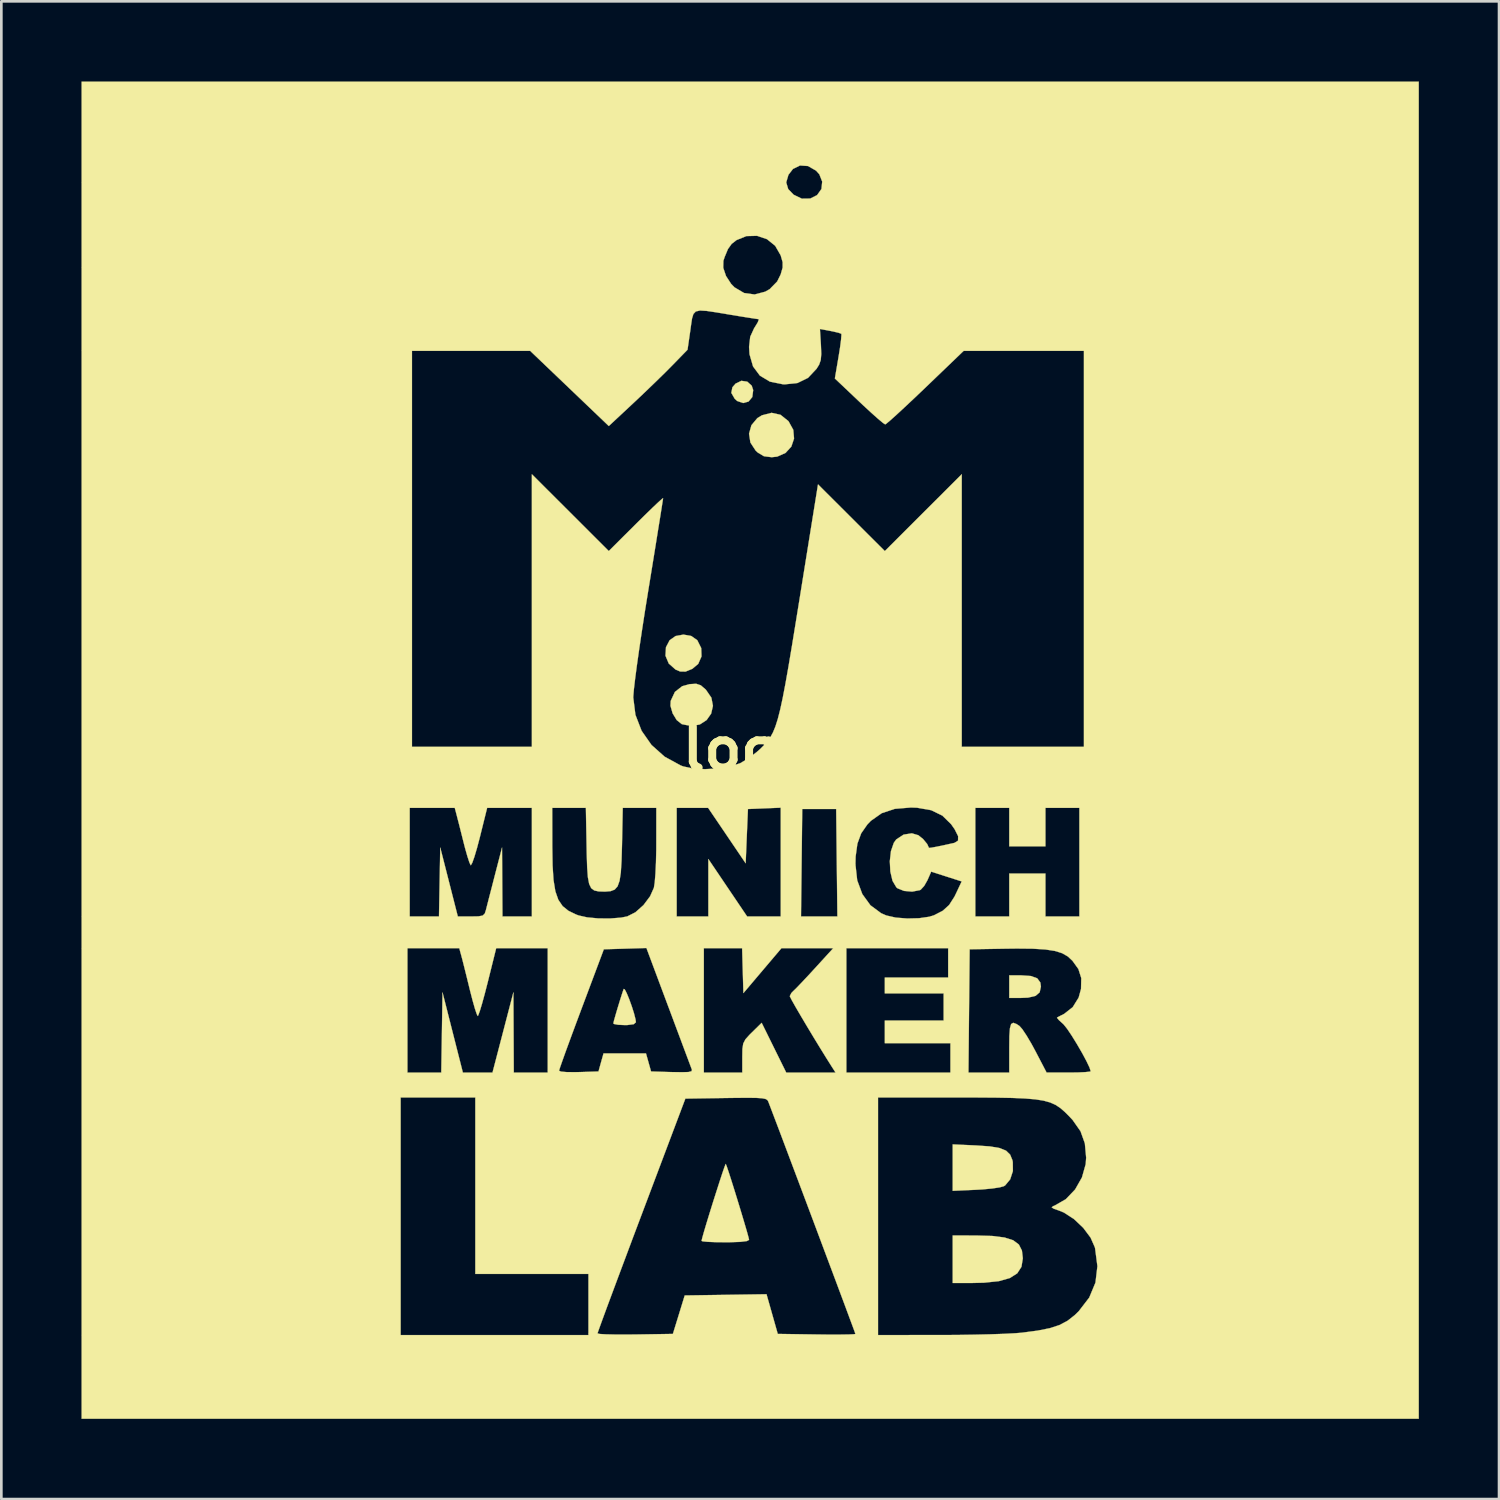
<source format=kicad_pcb>
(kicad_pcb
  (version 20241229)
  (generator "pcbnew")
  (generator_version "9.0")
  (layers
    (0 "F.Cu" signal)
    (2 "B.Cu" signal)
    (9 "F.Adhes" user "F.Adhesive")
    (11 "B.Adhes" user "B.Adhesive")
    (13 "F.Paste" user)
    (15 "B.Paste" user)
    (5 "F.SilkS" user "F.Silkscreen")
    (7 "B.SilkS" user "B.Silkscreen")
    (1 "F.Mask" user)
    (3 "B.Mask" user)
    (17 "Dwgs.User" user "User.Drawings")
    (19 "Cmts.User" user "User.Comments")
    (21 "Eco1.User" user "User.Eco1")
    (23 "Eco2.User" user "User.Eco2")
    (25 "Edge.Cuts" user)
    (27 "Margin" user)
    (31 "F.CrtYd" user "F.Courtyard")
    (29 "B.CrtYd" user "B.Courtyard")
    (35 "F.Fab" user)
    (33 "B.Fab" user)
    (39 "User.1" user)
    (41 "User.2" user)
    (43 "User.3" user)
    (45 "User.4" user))
  (footprint "logo"
    (layer "F.Cu")
    (at 24.982 24.982)
    (property "Reference" "logo" (at 0 0 0) (layer "F.SilkS") (effects (font (size 1.524 1.524) (thickness 0.3))))
    (attr through_hole)
    (fp_poly (pts (xy 10.546 8.493) (xy 10.784 8.579) (xy 10.901 8.737) (xy 10.922 8.89) (xy 10.875 9.103) (xy 10.721 9.236) (xy 10.44 9.302) (xy 10.166 9.313) (xy 9.737 9.313) (xy 9.737 8.467) (xy 10.166 8.467) (xy 10.546 8.493)) (stroke (width 0.01) (type solid)) (fill yes) (layer "F.SilkS"))
    (fp_poly (pts (xy -0.067 -13.749) (xy 0.099 -13.599) (xy 0.154 -13.434) (xy 0.121 -13.174) (xy -0.019 -13.005) (xy -0.222 -12.949) (xy -0.444 -13.026) (xy -0.537 -13.109) (xy -0.664 -13.33) (xy -0.624 -13.538) (xy -0.505 -13.676) (xy -0.287 -13.781) (xy -0.067 -13.749)) (stroke (width 0.01) (type solid)) (fill yes) (layer "F.SilkS"))
    (fp_poly (pts (xy -2.163 -4.231) (xy -1.938 -4.074) (xy -1.79 -3.778) (xy -1.78 -3.467) (xy -1.902 -3.189) (xy -2.123 -3.003) (xy -2.377 -2.899) (xy -2.581 -2.903) (xy -2.752 -2.976) (xy -3.005 -3.2) (xy -3.128 -3.493) (xy -3.11 -3.811) (xy -2.972 -4.074) (xy -2.747 -4.231) (xy -2.455 -4.284) (xy -2.163 -4.231)) (stroke (width 0.01) (type solid)) (fill yes) (layer "F.SilkS"))
    (fp_poly (pts (xy 8.488 18.204) (xy 9.097 18.221) (xy 9.557 18.278) (xy 9.884 18.382) (xy 10.097 18.542) (xy 10.211 18.766) (xy 10.245 19.057) (xy 10.194 19.375) (xy 10.036 19.619) (xy 9.758 19.796) (xy 9.348 19.912) (xy 8.794 19.97) (xy 8.335 19.981) (xy 7.62 19.981) (xy 7.62 18.203) (xy 8.488 18.204)) (stroke (width 0.01) (type solid)) (fill yes) (layer "F.SilkS"))
    (fp_poly (pts (xy 8.502 14.834) (xy 9.009 14.869) (xy 9.372 14.93) (xy 9.618 15.029) (xy 9.77 15.177) (xy 9.855 15.385) (xy 9.869 15.452) (xy 9.873 15.792) (xy 9.771 16.103) (xy 9.586 16.326) (xy 9.535 16.359) (xy 9.376 16.403) (xy 9.095 16.445) (xy 8.735 16.479) (xy 8.488 16.493) (xy 7.62 16.532) (xy 7.62 14.794) (xy 8.502 14.834)) (stroke (width 0.01) (type solid)) (fill yes) (layer "F.SilkS"))
    (fp_poly (pts (xy 1.176 -12.51) (xy 1.472 -12.273) (xy 1.479 -12.264) (xy 1.655 -11.946) (xy 1.683 -11.619) (xy 1.582 -11.32) (xy 1.366 -11.083) (xy 1.053 -10.944) (xy 0.847 -10.922) (xy 0.558 -10.958) (xy 0.331 -11.092) (xy 0.247 -11.169) (xy 0.05 -11.471) (xy -0.001 -11.802) (xy 0.088 -12.12) (xy 0.309 -12.384) (xy 0.481 -12.49) (xy 0.843 -12.583) (xy 1.176 -12.51)) (stroke (width 0.01) (type solid)) (fill yes) (layer "F.SilkS"))
    (fp_poly (pts (xy -4.65 8.997) (xy -4.576 9.141) (xy -4.484 9.365) (xy -4.389 9.628) (xy -4.306 9.89) (xy -4.25 10.11) (xy -4.234 10.223) (xy -4.315 10.296) (xy -4.558 10.328) (xy -4.657 10.329) (xy -4.898 10.318) (xy -5.051 10.289) (xy -5.079 10.266) (xy -5.055 10.161) (xy -4.994 9.945) (xy -4.912 9.667) (xy -4.823 9.377) (xy -4.742 9.123) (xy -4.691 8.975) (xy -4.65 8.997)) (stroke (width 0.01) (type solid)) (fill yes) (layer "F.SilkS"))
    (fp_poly (pts (xy -1.807 -2.386) (xy -1.619 -2.225) (xy -1.613 -2.218) (xy -1.41 -1.922) (xy -1.352 -1.616) (xy -1.419 -1.327) (xy -1.588 -1.086) (xy -1.842 -0.921) (xy -2.158 -0.86) (xy -2.517 -0.933) (xy -2.519 -0.934) (xy -2.709 -1.086) (xy -2.861 -1.338) (xy -2.941 -1.617) (xy -2.933 -1.801) (xy -2.775 -2.139) (xy -2.503 -2.352) (xy -2.226 -2.429) (xy -1.98 -2.444) (xy -1.807 -2.386)) (stroke (width 0.01) (type solid)) (fill yes) (layer "F.SilkS"))
    (fp_poly (pts (xy -0.836 15.615) (xy -0.762 15.834) (xy -0.66 16.151) (xy -0.54 16.533) (xy -0.412 16.948) (xy -0.286 17.362) (xy -0.172 17.744) (xy -0.079 18.061) (xy -0.019 18.28) (xy 0 18.367) (xy -0.083 18.412) (xy -0.326 18.442) (xy -0.721 18.456) (xy -0.889 18.457) (xy -1.254 18.453) (xy -1.546 18.441) (xy -1.731 18.423) (xy -1.778 18.406) (xy -1.754 18.301) (xy -1.69 18.072) (xy -1.595 17.752) (xy -1.478 17.37) (xy -1.35 16.958) (xy -1.219 16.547) (xy -1.097 16.167) (xy -0.993 15.85) (xy -0.915 15.626) (xy -0.875 15.527) (xy -0.872 15.525) (xy -0.836 15.615)) (stroke (width 0.01) (type solid)) (fill yes) (layer "F.SilkS"))
    (fp_poly (pts (xy 25.061 25.061) (xy -24.977 25.061) (xy -24.977 13.039) (xy -13.039 13.039) (xy -13.039 21.929) (xy -6.011 21.929) (xy -6.011 21.867) (xy -5.672 21.867) (xy -5.592 21.888) (xy -5.371 21.903) (xy -5.036 21.911) (xy -4.615 21.913) (xy -4.262 21.91) (xy -2.851 21.886) (xy -2.629 21.167) (xy -2.408 20.447) (xy -0.877 20.424) (xy 0.653 20.401) (xy 1.074 21.886) (xy 2.527 21.909) (xy 3.001 21.915) (xy 3.411 21.914) (xy 3.728 21.909) (xy 3.926 21.899) (xy 3.979 21.887) (xy 3.951 21.805) (xy 3.869 21.582) (xy 3.74 21.235) (xy 3.572 20.782) (xy 3.37 20.241) (xy 3.141 19.628) (xy 2.891 18.962) (xy 2.628 18.259) (xy 2.358 17.538) (xy 2.087 16.816) (xy 1.821 16.109) (xy 1.568 15.437) (xy 1.334 14.815) (xy 1.126 14.262) (xy 0.949 13.796) (xy 0.811 13.432) (xy 0.718 13.19) (xy 0.716 13.185) (xy 0.682 13.131) (xy 0.614 13.093) (xy 0.487 13.068) (xy 0.278 13.054) (xy -0.038 13.05) (xy -0.483 13.053) (xy -0.863 13.058) (xy -2.384 13.081) (xy -4.028 17.441) (xy -4.336 18.258) (xy -4.624 19.028) (xy -4.889 19.735) (xy -5.124 20.366) (xy -5.325 20.906) (xy -5.484 21.339) (xy -5.598 21.653) (xy -5.661 21.831) (xy -5.672 21.867) (xy -6.011 21.867) (xy -6.011 19.643) (xy -10.245 19.643) (xy -10.245 13.039) (xy 4.826 13.039) (xy 4.826 21.929) (xy 7.133 21.928) (xy 7.79 21.925) (xy 8.434 21.915) (xy 9.032 21.901) (xy 9.554 21.883) (xy 9.965 21.861) (xy 10.202 21.842) (xy 10.799 21.763) (xy 11.261 21.671) (xy 11.623 21.552) (xy 11.921 21.393) (xy 12.19 21.181) (xy 12.335 21.04) (xy 12.73 20.527) (xy 12.963 19.966) (xy 13.036 19.352) (xy 12.949 18.684) (xy 12.939 18.643) (xy 12.78 18.283) (xy 12.505 17.916) (xy 12.158 17.588) (xy 11.785 17.346) (xy 11.612 17.275) (xy 11.397 17.199) (xy 11.325 17.151) (xy 11.377 17.107) (xy 11.44 17.082) (xy 11.854 16.845) (xy 12.201 16.482) (xy 12.457 16.032) (xy 12.597 15.536) (xy 12.615 15.292) (xy 12.566 14.755) (xy 12.404 14.302) (xy 12.107 13.879) (xy 11.982 13.745) (xy 11.808 13.572) (xy 11.644 13.43) (xy 11.471 13.316) (xy 11.271 13.226) (xy 11.026 13.158) (xy 10.718 13.109) (xy 10.329 13.076) (xy 9.84 13.055) (xy 9.234 13.044) (xy 8.492 13.039) (xy 7.732 13.039) (xy 4.826 13.039) (xy -10.245 13.039) (xy -13.039 13.039) (xy -24.977 13.039) (xy -24.977 7.451) (xy -12.785 7.451) (xy -12.785 12.107) (xy -11.519 12.107) (xy -11.495 10.606) (xy -11.472 9.104) (xy -11.091 10.606) (xy -10.71 12.107) (xy -10.156 12.107) (xy -9.602 12.107) (xy -9.21 10.604) (xy -8.819 9.102) (xy -8.812 10.604) (xy -8.805 12.107) (xy -7.535 12.107) (xy -7.535 12.039) (xy -7.112 12.039) (xy -7.034 12.07) (xy -6.825 12.089) (xy -6.524 12.093) (xy -6.374 12.089) (xy -5.635 12.065) (xy -5.541 11.726) (xy -5.446 11.388) (xy -3.858 11.388) (xy -3.763 11.726) (xy -3.668 12.065) (xy -2.882 12.089) (xy -2.502 12.096) (xy -2.268 12.086) (xy -2.154 12.057) (xy -2.137 12.005) (xy -2.137 12.005) (xy -2.176 11.9) (xy -2.267 11.657) (xy -2.401 11.299) (xy -2.57 10.846) (xy -2.767 10.32) (xy -2.982 9.743) (xy -3.01 9.67) (xy -3.839 7.451) (xy -1.693 7.451) (xy -1.693 12.107) (xy -0.254 12.107) (xy -0.254 11.532) (xy -0.249 11.222) (xy -0.218 11.02) (xy -0.137 10.864) (xy 0.017 10.692) (xy 0.109 10.601) (xy 0.472 10.245) (xy 0.931 11.176) (xy 1.391 12.107) (xy 3.237 12.107) (xy 3.115 11.917) (xy 2.898 11.573) (xy 2.655 11.18) (xy 2.402 10.765) (xy 2.154 10.353) (xy 1.927 9.97) (xy 1.737 9.644) (xy 1.599 9.399) (xy 1.53 9.263) (xy 1.524 9.246) (xy 1.582 9.13) (xy 1.652 9.058) (xy 1.758 8.956) (xy 1.949 8.757) (xy 2.199 8.491) (xy 2.466 8.201) (xy 3.151 7.451) (xy 3.641 7.451) (xy 3.641 12.107) (xy 7.535 12.107) (xy 8.21 12.107) (xy 9.737 12.107) (xy 9.737 11.176) (xy 9.741 10.737) (xy 9.762 10.449) (xy 9.807 10.291) (xy 9.886 10.244) (xy 10.008 10.289) (xy 10.12 10.363) (xy 10.227 10.485) (xy 10.385 10.721) (xy 10.57 11.034) (xy 10.71 11.293) (xy 11.134 12.105) (xy 11.959 12.106) (xy 12.31 12.102) (xy 12.586 12.089) (xy 12.753 12.071) (xy 12.785 12.057) (xy 12.741 11.918) (xy 12.626 11.677) (xy 12.463 11.373) (xy 12.273 11.045) (xy 12.08 10.732) (xy 11.906 10.473) (xy 11.774 10.307) (xy 11.75 10.284) (xy 11.596 10.144) (xy 11.525 10.058) (xy 11.525 10.048) (xy 11.615 9.999) (xy 11.79 9.91) (xy 11.797 9.906) (xy 12.112 9.658) (xy 12.334 9.3) (xy 12.423 8.976) (xy 12.432 8.57) (xy 12.324 8.231) (xy 12.102 7.923) (xy 11.93 7.762) (xy 11.72 7.641) (xy 11.447 7.555) (xy 11.088 7.5) (xy 10.62 7.471) (xy 10.02 7.465) (xy 9.607 7.47) (xy 8.255 7.493) (xy 8.232 9.8) (xy 8.21 12.107) (xy 7.535 12.107) (xy 7.535 11.007) (xy 5.08 11.007) (xy 5.08 10.16) (xy 7.281 10.16) (xy 7.281 9.144) (xy 5.08 9.144) (xy 5.08 8.551) (xy 7.451 8.551) (xy 7.451 7.451) (xy 3.641 7.451) (xy 3.151 7.451) (xy 1.213 7.451) (xy 0.5 8.292) (xy -0.212 9.133) (xy -0.26 7.451) (xy -1.693 7.451) (xy -3.839 7.451) (xy -3.842 7.445) (xy -5.435 7.493) (xy -6.274 9.729) (xy -6.491 10.31) (xy -6.687 10.84) (xy -6.855 11.298) (xy -6.986 11.664) (xy -7.074 11.916) (xy -7.111 12.034) (xy -7.112 12.039) (xy -7.535 12.039) (xy -7.535 7.451) (xy -9.463 7.451) (xy -9.779 8.721) (xy -9.891 9.157) (xy -9.993 9.529) (xy -10.077 9.807) (xy -10.135 9.965) (xy -10.153 9.991) (xy -10.193 9.913) (xy -10.263 9.703) (xy -10.351 9.391) (xy -10.449 9.01) (xy -10.452 8.996) (xy -10.554 8.579) (xy -10.649 8.197) (xy -10.725 7.895) (xy -10.77 7.726) (xy -10.845 7.451) (xy -12.785 7.451) (xy -24.977 7.451) (xy -24.977 2.201) (xy -12.7 2.201) (xy -12.7 6.265) (xy -11.604 6.265) (xy -11.557 3.683) (xy -10.899 6.265) (xy -10.404 6.265) (xy -10.125 6.26) (xy -9.969 6.231) (xy -9.892 6.158) (xy -9.85 6.032) (xy -9.807 5.863) (xy -9.732 5.57) (xy -9.634 5.193) (xy -9.526 4.772) (xy -9.518 4.741) (xy -9.244 3.683) (xy -9.229 6.265) (xy -8.128 6.265) (xy -8.128 2.201) (xy -7.366 2.201) (xy -7.364 3.662) (xy -7.353 4.355) (xy -7.318 4.901) (xy -7.249 5.323) (xy -7.138 5.641) (xy -6.977 5.877) (xy -6.758 6.054) (xy -6.471 6.192) (xy -6.377 6.227) (xy -6.06 6.298) (xy -5.645 6.337) (xy -5.199 6.34) (xy -4.79 6.308) (xy -4.559 6.263) (xy -4.253 6.108) (xy -3.952 5.84) (xy -3.704 5.51) (xy -3.562 5.192) (xy -3.531 4.995) (xy -3.504 4.667) (xy -3.484 4.246) (xy -3.473 3.773) (xy -3.472 3.535) (xy -3.471 2.201) (xy -2.709 2.201) (xy -2.709 6.265) (xy -1.524 6.265) (xy -1.524 4.114) (xy -0.798 5.19) (xy -0.072 6.265) (xy 1.185 6.265) (xy 1.944 6.265) (xy 3.305 6.265) (xy 3.283 4.318) (xy 3.981 4.318) (xy 4.047 4.912) (xy 4.238 5.427) (xy 4.541 5.845) (xy 4.943 6.143) (xy 5.135 6.227) (xy 5.488 6.307) (xy 5.919 6.341) (xy 6.362 6.33) (xy 6.749 6.274) (xy 6.921 6.22) (xy 7.248 6.051) (xy 7.486 5.836) (xy 7.686 5.524) (xy 7.758 5.376) (xy 7.957 4.953) (xy 7.386 4.77) (xy 6.816 4.587) (xy 6.676 4.906) (xy 6.554 5.121) (xy 6.425 5.262) (xy 6.394 5.279) (xy 6.103 5.335) (xy 5.798 5.308) (xy 5.555 5.21) (xy 5.512 5.174) (xy 5.368 4.93) (xy 5.287 4.585) (xy 5.267 4.196) (xy 5.31 3.819) (xy 5.416 3.51) (xy 5.507 3.383) (xy 5.785 3.201) (xy 6.092 3.153) (xy 6.336 3.225) (xy 6.512 3.367) (xy 6.665 3.552) (xy 6.733 3.699) (xy 6.812 3.692) (xy 7.021 3.654) (xy 7.327 3.59) (xy 7.688 3.51) (xy 7.821 3.426) (xy 7.823 3.258) (xy 7.693 3) (xy 7.563 2.814) (xy 7.236 2.492) (xy 6.816 2.288) (xy 6.321 2.201) (xy 8.467 2.201) (xy 8.467 6.265) (xy 9.737 6.265) (xy 9.737 4.657) (xy 11.091 4.657) (xy 11.091 6.265) (xy 12.361 6.265) (xy 12.361 2.201) (xy 11.091 2.201) (xy 11.091 3.641) (xy 9.737 3.641) (xy 9.737 2.201) (xy 8.467 2.201) (xy 6.321 2.201) (xy 6.287 2.195) (xy 6.055 2.187) (xy 5.455 2.237) (xy 4.965 2.399) (xy 4.562 2.682) (xy 4.428 2.82) (xy 4.196 3.153) (xy 4.054 3.54) (xy 3.988 4.022) (xy 3.981 4.318) (xy 3.283 4.318) (xy 3.282 4.255) (xy 3.26 2.244) (xy 1.99 2.244) (xy 1.967 4.255) (xy 1.944 6.265) (xy 1.185 6.265) (xy 1.185 2.194) (xy 0.572 2.219) (xy -0.042 2.244) (xy -0.085 3.26) (xy -0.127 4.275) (xy -0.829 3.238) (xy -1.532 2.201) (xy -2.709 2.201) (xy -3.471 2.201) (xy -4.727 2.201) (xy -4.755 3.59) (xy -4.772 4.177) (xy -4.799 4.617) (xy -4.846 4.929) (xy -4.92 5.136) (xy -5.028 5.258) (xy -5.18 5.317) (xy -5.383 5.334) (xy -5.416 5.334) (xy -5.631 5.327) (xy -5.792 5.292) (xy -5.907 5.206) (xy -5.984 5.048) (xy -6.032 4.796) (xy -6.059 4.428) (xy -6.075 3.923) (xy -6.08 3.648) (xy -6.107 2.201) (xy -7.366 2.201) (xy -8.128 2.201) (xy -9.802 2.201) (xy -10.077 3.308) (xy -10.182 3.706) (xy -10.278 4.03) (xy -10.357 4.253) (xy -10.41 4.346) (xy -10.419 4.345) (xy -10.469 4.236) (xy -10.544 4.004) (xy -10.632 3.692) (xy -10.667 3.556) (xy -10.761 3.183) (xy -10.849 2.832) (xy -10.918 2.567) (xy -10.93 2.519) (xy -11.013 2.201) (xy -12.7 2.201) (xy -24.977 2.201) (xy -24.977 -14.901) (xy -12.615 -14.901) (xy -12.615 -0.085) (xy -8.128 -0.085) (xy -8.128 -10.285) (xy -6.689 -8.848) (xy -5.25 -7.411) (xy -4.234 -8.424) (xy -3.9 -8.754) (xy -3.613 -9.033) (xy -3.391 -9.243) (xy -3.254 -9.365) (xy -3.217 -9.388) (xy -3.231 -9.297) (xy -3.268 -9.056) (xy -3.327 -8.684) (xy -3.406 -8.198) (xy -3.499 -7.616) (xy -3.606 -6.956) (xy -3.723 -6.236) (xy -3.775 -5.918) (xy -3.898 -5.154) (xy -4.011 -4.42) (xy -4.112 -3.739) (xy -4.198 -3.133) (xy -4.265 -2.623) (xy -4.311 -2.23) (xy -4.332 -1.976) (xy -4.334 -1.93) (xy -4.253 -1.282) (xy -4.021 -0.682) (xy -3.652 -0.154) (xy -3.16 0.285) (xy -2.562 0.612) (xy -2.465 0.649) (xy -2.107 0.728) (xy -1.652 0.752) (xy -1.165 0.725) (xy -0.707 0.651) (xy -0.342 0.533) (xy -0.322 0.524) (xy -0.022 0.344) (xy 0.291 0.108) (xy 0.427 -0.013) (xy 0.567 -0.154) (xy 0.69 -0.294) (xy 0.798 -0.446) (xy 0.896 -0.626) (xy 0.987 -0.848) (xy 1.075 -1.126) (xy 1.164 -1.474) (xy 1.258 -1.907) (xy 1.36 -2.439) (xy 1.474 -3.084) (xy 1.604 -3.857) (xy 1.753 -4.772) (xy 1.883 -5.575) (xy 2.58 -9.906) (xy 3.83 -8.658) (xy 5.08 -7.41) (xy 7.959 -10.285) (xy 7.959 -0.085) (xy 12.531 -0.085) (xy 12.531 -14.901) (xy 8.03 -14.901) (xy 6.597 -13.525) (xy 6.19 -13.137) (xy 5.821 -12.791) (xy 5.51 -12.503) (xy 5.273 -12.291) (xy 5.129 -12.171) (xy 5.094 -12.15) (xy 5.011 -12.205) (xy 4.829 -12.357) (xy 4.572 -12.586) (xy 4.264 -12.87) (xy 4.117 -13.009) (xy 3.211 -13.868) (xy 3.35 -14.686) (xy 3.406 -15.037) (xy 3.443 -15.321) (xy 3.457 -15.5) (xy 3.452 -15.541) (xy 3.354 -15.578) (xy 3.147 -15.627) (xy 3.033 -15.65) (xy 2.652 -15.721) (xy 2.689 -15.121) (xy 2.702 -14.786) (xy 2.683 -14.56) (xy 2.622 -14.386) (xy 2.527 -14.233) (xy 2.207 -13.892) (xy 1.812 -13.699) (xy 1.331 -13.648) (xy 1.264 -13.652) (xy 0.778 -13.751) (xy 0.404 -13.976) (xy 0.149 -14.319) (xy 0.017 -14.775) (xy 0 -15.05) (xy 0.043 -15.429) (xy 0.188 -15.747) (xy 0.209 -15.779) (xy 0.322 -15.963) (xy 0.366 -16.074) (xy 0.357 -16.088) (xy 0.255 -16.102) (xy 0.019 -16.138) (xy -0.313 -16.191) (xy -0.709 -16.256) (xy -0.72 -16.258) (xy -1.226 -16.343) (xy -1.59 -16.397) (xy -1.837 -16.412) (xy -1.993 -16.376) (xy -2.083 -16.281) (xy -2.134 -16.115) (xy -2.171 -15.869) (xy -2.196 -15.684) (xy -2.303 -14.944) (xy -2.866 -14.366) (xy -3.146 -14.084) (xy -3.507 -13.731) (xy -3.904 -13.349) (xy -4.294 -12.98) (xy -4.339 -12.938) (xy -5.249 -12.089) (xy -6.72 -13.495) (xy -8.191 -14.901) (xy -12.615 -14.901) (xy -24.977 -14.901) (xy -24.977 -18.011) (xy -0.967 -18.011) (xy -0.863 -17.704) (xy -0.672 -17.409) (xy -0.545 -17.279) (xy -0.187 -17.067) (xy 0.207 -17.012) (xy 0.606 -17.117) (xy 0.771 -17.211) (xy 1.052 -17.498) (xy 1.183 -17.762) (xy 1.256 -18.017) (xy 1.256 -18.222) (xy 1.183 -18.476) (xy 0.977 -18.834) (xy 0.67 -19.082) (xy 0.299 -19.207) (xy -0.099 -19.197) (xy -0.467 -19.049) (xy -0.652 -18.905) (xy -0.79 -18.712) (xy -0.912 -18.419) (xy -0.961 -18.273) (xy -0.967 -18.011) (xy -24.977 -18.011) (xy -24.977 -21.206) (xy 1.39 -21.206) (xy 1.464 -20.957) (xy 1.667 -20.746) (xy 1.973 -20.598) (xy 2.291 -20.602) (xy 2.545 -20.73) (xy 2.709 -20.96) (xy 2.737 -21.236) (xy 2.63 -21.509) (xy 2.507 -21.646) (xy 2.205 -21.819) (xy 1.906 -21.839) (xy 1.643 -21.71) (xy 1.474 -21.491) (xy 1.39 -21.206) (xy -24.977 -21.206) (xy -24.977 -24.977) (xy 25.061 -24.977) (xy 25.061 25.061)) (stroke (width 0.01) (type solid)) (fill yes) (layer "F.SilkS")))
  (gr_rect
    (start -3 -3)
    (end 53.048 53.048)
    (stroke (width 0.1) (type default))
    (fill no)
    (layer "Edge.Cuts")))
</source>
